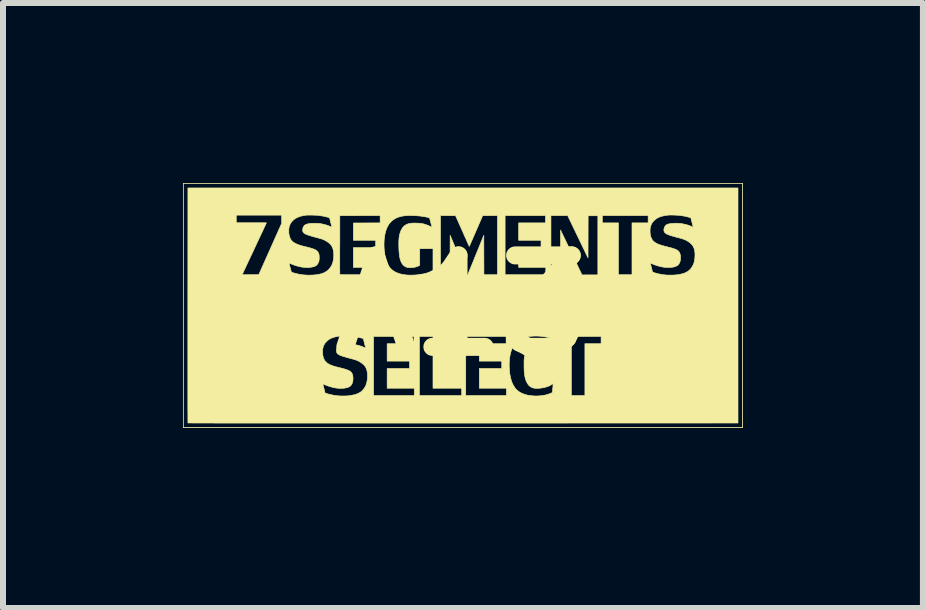
<source format=kicad_pcb>
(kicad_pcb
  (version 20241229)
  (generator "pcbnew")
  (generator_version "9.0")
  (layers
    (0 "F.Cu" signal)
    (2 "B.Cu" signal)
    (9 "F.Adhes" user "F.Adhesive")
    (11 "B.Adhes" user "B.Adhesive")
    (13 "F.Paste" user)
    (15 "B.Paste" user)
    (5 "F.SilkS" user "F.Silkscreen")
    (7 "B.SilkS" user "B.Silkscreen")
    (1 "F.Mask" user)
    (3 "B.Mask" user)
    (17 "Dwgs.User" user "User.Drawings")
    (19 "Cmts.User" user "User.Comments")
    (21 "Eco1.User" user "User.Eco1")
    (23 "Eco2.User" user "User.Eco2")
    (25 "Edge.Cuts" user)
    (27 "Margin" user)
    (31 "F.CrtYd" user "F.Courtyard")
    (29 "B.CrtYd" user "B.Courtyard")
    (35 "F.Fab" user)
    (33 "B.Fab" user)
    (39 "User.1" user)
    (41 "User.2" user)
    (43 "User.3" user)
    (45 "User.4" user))
  (footprint "A13"
    (layer "F.Cu")
    (at 4.665 2.042)
    (property "Reference" "A13" (at 0 0 0) (layer "F.SilkS") (effects (font (size 1.524 1.524) (thickness 0.3))))
    (attr through_hole)
    (fp_poly (pts (xy 4.663 2.037) (xy -4.66 2.037) (xy -4.66 -2.034) (xy -4.658 -2.034) (xy -4.658 2.034) (xy 4.66 2.034) (xy 4.66 -2.034) (xy -4.658 -2.034) (xy -4.66 -2.034) (xy -4.66 -2.037) (xy 4.663 -2.037) (xy 4.663 2.037)) (stroke (width 0.01) (type solid)) (fill yes) (layer "F.SilkS"))
    (fp_poly (pts (xy 4.586 1.959) (xy 0.002 1.96) (xy -0.189 1.96) (xy -0.374 1.96) (xy -0.555 1.96) (xy -0.73 1.96) (xy -0.901 1.96) (xy -1.067 1.96) (xy -1.228 1.96) (xy -1.385 1.96) (xy -1.537 1.96) (xy -1.685 1.96) (xy -1.827 1.96) (xy -1.966 1.96) (xy -2.1 1.96) (xy -2.23 1.96) (xy -2.356 1.96) (xy -2.477 1.96) (xy -2.595 1.96) (xy -2.708 1.96) (xy -2.817 1.96) (xy -2.922 1.96) (xy -3.024 1.96) (xy -3.121 1.96) (xy -3.215 1.96) (xy -3.305 1.96) (xy -3.392 1.96) (xy -3.474 1.96) (xy -3.554 1.96) (xy -3.629 1.96) (xy -3.702 1.96) (xy -3.771 1.96) (xy -3.837 1.96) (xy -3.899 1.96) (xy -3.958 1.96) (xy -4.015 1.96) (xy -4.068 1.96) (xy -4.118 1.96) (xy -4.165 1.959) (xy -4.21 1.959) (xy -4.251 1.959) (xy -4.29 1.959) (xy -4.326 1.959) (xy -4.359 1.959) (xy -4.39 1.959) (xy -4.418 1.959) (xy -4.444 1.959) (xy -4.467 1.959) (xy -4.489 1.959) (xy -4.507 1.959) (xy -4.524 1.958) (xy -4.538 1.958) (xy -4.55 1.958) (xy -4.561 1.958) (xy -4.569 1.958) (xy -4.575 1.958) (xy -4.58 1.958) (xy -4.582 1.958) (xy -4.583 1.958) (xy -4.583 1.955) (xy -4.583 1.947) (xy -4.583 1.935) (xy -4.583 1.918) (xy -4.583 1.896) (xy -4.583 1.87) (xy -4.583 1.839) (xy -4.583 1.804) (xy -4.584 1.765) (xy -4.584 1.722) (xy -4.584 1.676) (xy -4.584 1.625) (xy -4.584 1.571) (xy -4.584 1.514) (xy -4.584 1.453) (xy -4.584 1.389) (xy -4.584 1.321) (xy -4.584 1.251) (xy -4.584 1.178) (xy -4.584 1.102) (xy -4.584 1.024) (xy -4.584 0.943) (xy -4.584 0.859) (xy -4.584 0.774) (xy -4.584 0.756) (xy -2.338 0.756) (xy -2.338 0.795) (xy -2.334 0.831) (xy -2.327 0.864) (xy -2.316 0.893) (xy -2.301 0.919) (xy -2.283 0.941) (xy -2.261 0.96) (xy -2.256 0.964) (xy -2.239 0.974) (xy -2.221 0.984) (xy -2.201 0.993) (xy -2.179 1.001) (xy -2.155 1.01) (xy -2.128 1.018) (xy -2.096 1.026) (xy -2.061 1.035) (xy -2.055 1.036) (xy -2.012 1.047) (xy -1.975 1.057) (xy -1.943 1.067) (xy -1.916 1.078) (xy -1.894 1.088) (xy -1.877 1.098) (xy -1.864 1.109) (xy -1.864 1.11) (xy -1.851 1.126) (xy -1.842 1.145) (xy -1.835 1.166) (xy -1.832 1.191) (xy -1.831 1.218) (xy -1.832 1.249) (xy -1.838 1.277) (xy -1.846 1.301) (xy -1.858 1.323) (xy -1.873 1.34) (xy -1.891 1.354) (xy -1.9 1.358) (xy -1.924 1.367) (xy -1.952 1.374) (xy -1.984 1.379) (xy -2.018 1.381) (xy -2.054 1.381) (xy -2.092 1.378) (xy -2.124 1.374) (xy -2.147 1.37) (xy -2.172 1.364) (xy -2.199 1.356) (xy -2.227 1.348) (xy -2.254 1.339) (xy -2.28 1.329) (xy -2.303 1.32) (xy -2.323 1.311) (xy -2.323 1.311) (xy -2.329 1.308) (xy -2.333 1.307) (xy -2.334 1.307) (xy -2.333 1.31) (xy -2.332 1.317) (xy -2.329 1.328) (xy -2.326 1.342) (xy -2.322 1.358) (xy -2.317 1.376) (xy -2.315 1.383) (xy -2.297 1.457) (xy -2.279 1.464) (xy -2.269 1.467) (xy -2.254 1.472) (xy -2.237 1.477) (xy -2.217 1.482) (xy -2.197 1.486) (xy -2.177 1.491) (xy -2.157 1.495) (xy -2.14 1.498) (xy -2.138 1.498) (xy -2.106 1.503) (xy -2.071 1.506) (xy -2.033 1.508) (xy -1.995 1.508) (xy -1.958 1.508) (xy -1.923 1.506) (xy -1.907 1.505) (xy -1.862 1.499) (xy -1.823 1.491) (xy -1.787 1.482) (xy -1.755 1.47) (xy -1.727 1.456) (xy -1.701 1.44) (xy -1.679 1.421) (xy -1.671 1.413) (xy -1.649 1.386) (xy -1.63 1.358) (xy -1.615 1.327) (xy -1.604 1.293) (xy -1.596 1.256) (xy -1.591 1.216) (xy -1.59 1.2) (xy -1.589 1.162) (xy -1.591 1.129) (xy -1.596 1.098) (xy -1.603 1.069) (xy -1.614 1.043) (xy -1.617 1.036) (xy -1.624 1.024) (xy -1.63 1.014) (xy -1.638 1.004) (xy -1.648 0.993) (xy -1.651 0.99) (xy -1.677 0.967) (xy -1.707 0.946) (xy -1.739 0.927) (xy -1.773 0.912) (xy -1.783 0.908) (xy -1.791 0.906) (xy -1.803 0.902) (xy -1.817 0.898) (xy -1.834 0.893) (xy -1.853 0.888) (xy -1.865 0.885) (xy -1.917 0.871) (xy -1.965 0.857) (xy -2.011 0.843) (xy -2.025 0.838) (xy -2.05 0.828) (xy -2.07 0.818) (xy -2.086 0.807) (xy -2.097 0.794) (xy -2.104 0.779) (xy -2.108 0.763) (xy -2.108 0.756) (xy -2.106 0.734) (xy -2.099 0.713) (xy -2.089 0.694) (xy -2.076 0.678) (xy -2.073 0.676) (xy -2.06 0.667) (xy -2.043 0.66) (xy -2.022 0.654) (xy -1.997 0.649) (xy -1.97 0.646) (xy -1.94 0.644) (xy -1.909 0.643) (xy -1.876 0.644) (xy -1.843 0.647) (xy -1.81 0.651) (xy -1.778 0.656) (xy -1.746 0.663) (xy -1.738 0.665) (xy -1.703 0.676) (xy -1.671 0.687) (xy -1.644 0.7) (xy -1.643 0.7) (xy -1.633 0.705) (xy -1.626 0.708) (xy -1.621 0.709) (xy -1.62 0.709) (xy -1.621 0.706) (xy -1.623 0.699) (xy -1.625 0.688) (xy -1.629 0.674) (xy -1.633 0.658) (xy -1.637 0.64) (xy -1.64 0.629) (xy -1.66 0.551) (xy -1.676 0.546) (xy -1.693 0.542) (xy -1.714 0.537) (xy -1.737 0.531) (xy -1.762 0.526) (xy -1.787 0.522) (xy -1.811 0.518) (xy -1.825 0.516) (xy -1.488 0.516) (xy -1.488 1.501) (xy -0.81 1.501) (xy -0.81 1.379) (xy -1.262 1.379) (xy -1.262 1.049) (xy -0.889 1.049) (xy -0.889 0.927) (xy -1.262 0.927) (xy -1.262 0.637) (xy -0.815 0.637) (xy -0.815 0.516) (xy -0.724 0.516) (xy -0.724 1.501) (xy -0.02 1.501) (xy -0.02 1.379) (xy -0.498 1.379) (xy -0.498 0.516) (xy 0.048 0.516) (xy 0.048 1.501) (xy 0.726 1.501) (xy 0.726 1.379) (xy 0.274 1.379) (xy 0.274 1.049) (xy 0.648 1.049) (xy 0.648 1.006) (xy 0.772 1.006) (xy 0.775 1.062) (xy 0.78 1.118) (xy 0.782 1.135) (xy 0.791 1.187) (xy 0.803 1.234) (xy 0.817 1.278) (xy 0.835 1.317) (xy 0.855 1.352) (xy 0.877 1.384) (xy 0.903 1.411) (xy 0.931 1.433) (xy 0.932 1.434) (xy 0.965 1.454) (xy 1 1.47) (xy 1.038 1.484) (xy 1.054 1.488) (xy 1.069 1.492) (xy 1.082 1.495) (xy 1.096 1.497) (xy 1.111 1.5) (xy 1.128 1.502) (xy 1.147 1.504) (xy 1.171 1.506) (xy 1.176 1.507) (xy 1.189 1.508) (xy 1.206 1.508) (xy 1.225 1.508) (xy 1.244 1.508) (xy 1.264 1.507) (xy 1.275 1.506) (xy 1.3 1.504) (xy 1.324 1.501) (xy 1.347 1.498) (xy 1.366 1.494) (xy 1.378 1.492) (xy 1.395 1.487) (xy 1.413 1.482) (xy 1.431 1.476) (xy 1.447 1.47) (xy 1.462 1.464) (xy 1.475 1.459) (xy 1.484 1.454) (xy 1.489 1.451) (xy 1.489 1.451) (xy 1.49 1.448) (xy 1.492 1.442) (xy 1.493 1.433) (xy 1.495 1.42) (xy 1.496 1.403) (xy 1.498 1.381) (xy 1.499 1.375) (xy 1.501 1.357) (xy 1.502 1.34) (xy 1.503 1.326) (xy 1.504 1.314) (xy 1.504 1.307) (xy 1.505 1.303) (xy 1.505 1.303) (xy 1.502 1.304) (xy 1.497 1.307) (xy 1.489 1.312) (xy 1.484 1.315) (xy 1.463 1.327) (xy 1.444 1.338) (xy 1.424 1.346) (xy 1.403 1.354) (xy 1.379 1.361) (xy 1.363 1.365) (xy 1.336 1.371) (xy 1.308 1.375) (xy 1.281 1.379) (xy 1.254 1.381) (xy 1.229 1.381) (xy 1.207 1.38) (xy 1.189 1.378) (xy 1.162 1.371) (xy 1.139 1.361) (xy 1.118 1.348) (xy 1.1 1.332) (xy 1.084 1.311) (xy 1.069 1.286) (xy 1.067 1.283) (xy 1.057 1.262) (xy 1.048 1.24) (xy 1.041 1.217) (xy 1.035 1.192) (xy 1.03 1.164) (xy 1.026 1.134) (xy 1.023 1.101) (xy 1.021 1.064) (xy 1.02 1.022) (xy 1.02 0.988) (xy 1.02 0.963) (xy 1.02 0.942) (xy 1.02 0.925) (xy 1.021 0.911) (xy 1.021 0.899) (xy 1.022 0.888) (xy 1.023 0.879) (xy 1.024 0.871) (xy 1.032 0.831) (xy 1.04 0.796) (xy 1.05 0.765) (xy 1.062 0.738) (xy 1.075 0.715) (xy 1.09 0.695) (xy 1.107 0.679) (xy 1.119 0.67) (xy 1.139 0.658) (xy 1.159 0.65) (xy 1.181 0.643) (xy 1.204 0.639) (xy 1.232 0.637) (xy 1.252 0.637) (xy 1.288 0.637) (xy 1.322 0.64) (xy 1.353 0.645) (xy 1.385 0.653) (xy 1.416 0.663) (xy 1.449 0.677) (xy 1.484 0.694) (xy 1.498 0.701) (xy 1.506 0.705) (xy 1.513 0.709) (xy 1.517 0.71) (xy 1.518 0.71) (xy 1.517 0.708) (xy 1.515 0.701) (xy 1.513 0.69) (xy 1.509 0.677) (xy 1.505 0.66) (xy 1.5 0.642) (xy 1.496 0.628) (xy 1.475 0.546) (xy 1.456 0.541) (xy 1.406 0.53) (xy 1.356 0.52) (xy 1.317 0.516) (xy 1.539 0.516) (xy 1.539 0.637) (xy 1.808 0.637) (xy 1.808 1.501) (xy 2.034 1.501) (xy 2.034 0.637) (xy 2.304 0.637) (xy 2.304 0.516) (xy 1.539 0.516) (xy 1.317 0.516) (xy 1.306 0.514) (xy 1.257 0.51) (xy 1.208 0.509) (xy 1.161 0.511) (xy 1.116 0.515) (xy 1.073 0.522) (xy 1.034 0.532) (xy 0.998 0.544) (xy 0.971 0.556) (xy 0.95 0.568) (xy 0.93 0.581) (xy 0.911 0.596) (xy 0.891 0.614) (xy 0.89 0.616) (xy 0.868 0.639) (xy 0.85 0.663) (xy 0.834 0.69) (xy 0.82 0.719) (xy 0.807 0.753) (xy 0.805 0.758) (xy 0.793 0.802) (xy 0.783 0.849) (xy 0.777 0.899) (xy 0.773 0.952) (xy 0.772 1.006) (xy 0.648 1.006) (xy 0.648 0.927) (xy 0.274 0.927) (xy 0.274 0.637) (xy 0.721 0.637) (xy 0.721 0.516) (xy 0.048 0.516) (xy -0.498 0.516) (xy -0.724 0.516) (xy -0.815 0.516) (xy -1.488 0.516) (xy -1.825 0.516) (xy -1.833 0.514) (xy -1.845 0.513) (xy -1.861 0.512) (xy -1.88 0.51) (xy -1.901 0.509) (xy -1.924 0.508) (xy -1.948 0.508) (xy -1.971 0.507) (xy -1.992 0.507) (xy -2.011 0.507) (xy -2.027 0.508) (xy -2.036 0.508) (xy -2.075 0.513) (xy -2.113 0.52) (xy -2.149 0.529) (xy -2.182 0.541) (xy -2.212 0.554) (xy -2.227 0.563) (xy -2.241 0.573) (xy -2.256 0.585) (xy -2.271 0.599) (xy -2.285 0.613) (xy -2.296 0.626) (xy -2.299 0.631) (xy -2.314 0.656) (xy -2.326 0.683) (xy -2.333 0.712) (xy -2.338 0.743) (xy -2.338 0.756) (xy -4.584 0.756) (xy -4.584 0.686) (xy -4.584 0.596) (xy -4.584 0.504) (xy -4.584 0.411) (xy -4.584 0.316) (xy -4.584 0.219) (xy -4.584 0.121) (xy -4.584 0.022) (xy -4.584 -0.003) (xy -4.583 -1.506) (xy -3.777 -1.506) (xy -3.777 -1.379) (xy -3.525 -1.379) (xy -3.49 -1.379) (xy -3.456 -1.379) (xy -3.424 -1.379) (xy -3.394 -1.379) (xy -3.367 -1.379) (xy -3.342 -1.379) (xy -3.321 -1.379) (xy -3.303 -1.379) (xy -3.289 -1.378) (xy -3.28 -1.378) (xy -3.275 -1.378) (xy -3.274 -1.378) (xy -3.275 -1.376) (xy -3.278 -1.369) (xy -3.283 -1.358) (xy -3.29 -1.343) (xy -3.299 -1.325) (xy -3.309 -1.303) (xy -3.321 -1.278) (xy -3.334 -1.249) (xy -3.348 -1.218) (xy -3.364 -1.185) (xy -3.381 -1.149) (xy -3.399 -1.111) (xy -3.418 -1.071) (xy -3.437 -1.03) (xy -3.457 -0.987) (xy -3.475 -0.949) (xy -3.495 -0.905) (xy -3.515 -0.863) (xy -3.535 -0.821) (xy -3.554 -0.781) (xy -3.571 -0.744) (xy -3.588 -0.708) (xy -3.604 -0.674) (xy -3.618 -0.644) (xy -3.631 -0.616) (xy -3.643 -0.591) (xy -3.653 -0.569) (xy -3.661 -0.551) (xy -3.668 -0.536) (xy -3.673 -0.526) (xy -3.676 -0.519) (xy -3.677 -0.517) (xy -3.677 -0.516) (xy -3.676 -0.516) (xy -3.674 -0.515) (xy -3.671 -0.514) (xy -3.666 -0.514) (xy -3.658 -0.514) (xy -3.648 -0.514) (xy -3.635 -0.513) (xy -3.618 -0.513) (xy -3.597 -0.513) (xy -3.572 -0.513) (xy -3.543 -0.514) (xy -3.54 -0.514) (xy -3.402 -0.514) (xy -3.077 -1.242) (xy -2.902 -1.242) (xy -2.901 -1.211) (xy -2.897 -1.18) (xy -2.89 -1.151) (xy -2.88 -1.125) (xy -2.878 -1.118) (xy -2.867 -1.099) (xy -2.854 -1.082) (xy -2.84 -1.067) (xy -2.822 -1.053) (xy -2.8 -1.04) (xy -2.788 -1.034) (xy -2.773 -1.026) (xy -2.756 -1.019) (xy -2.739 -1.012) (xy -2.72 -1.006) (xy -2.698 -0.999) (xy -2.673 -0.992) (xy -2.645 -0.985) (xy -2.613 -0.977) (xy -2.594 -0.973) (xy -2.568 -0.966) (xy -2.542 -0.959) (xy -2.517 -0.951) (xy -2.493 -0.943) (xy -2.473 -0.935) (xy -2.464 -0.931) (xy -2.444 -0.92) (xy -2.428 -0.906) (xy -2.415 -0.89) (xy -2.405 -0.871) (xy -2.398 -0.851) (xy -2.396 -0.838) (xy -2.395 -0.822) (xy -2.394 -0.804) (xy -2.394 -0.786) (xy -2.395 -0.768) (xy -2.397 -0.752) (xy -2.398 -0.743) (xy -2.406 -0.721) (xy -2.416 -0.7) (xy -2.429 -0.682) (xy -2.443 -0.668) (xy -2.455 -0.66) (xy -2.476 -0.651) (xy -2.501 -0.643) (xy -2.53 -0.638) (xy -2.563 -0.634) (xy -2.573 -0.633) (xy -2.61 -0.633) (xy -2.651 -0.636) (xy -2.693 -0.642) (xy -2.736 -0.651) (xy -2.781 -0.663) (xy -2.824 -0.678) (xy -2.867 -0.695) (xy -2.872 -0.697) (xy -2.882 -0.702) (xy -2.89 -0.705) (xy -2.896 -0.707) (xy -2.897 -0.708) (xy -2.897 -0.705) (xy -2.895 -0.698) (xy -2.893 -0.688) (xy -2.889 -0.675) (xy -2.886 -0.66) (xy -2.882 -0.644) (xy -2.877 -0.628) (xy -2.873 -0.611) (xy -2.869 -0.596) (xy -2.865 -0.582) (xy -2.862 -0.571) (xy -2.859 -0.563) (xy -2.858 -0.559) (xy -2.858 -0.558) (xy -2.853 -0.555) (xy -2.844 -0.551) (xy -2.831 -0.547) (xy -2.815 -0.542) (xy -2.797 -0.537) (xy -2.777 -0.532) (xy -2.757 -0.527) (xy -2.737 -0.523) (xy -2.717 -0.519) (xy -2.714 -0.518) (xy -2.678 -0.513) (xy -2.638 -0.509) (xy -2.596 -0.506) (xy -2.554 -0.506) (xy -2.513 -0.507) (xy -2.476 -0.509) (xy -2.44 -0.513) (xy -2.409 -0.518) (xy -2.381 -0.524) (xy -2.356 -0.53) (xy -2.332 -0.538) (xy -2.321 -0.543) (xy -2.289 -0.559) (xy -2.26 -0.579) (xy -2.234 -0.602) (xy -2.211 -0.63) (xy -2.191 -0.66) (xy -2.176 -0.693) (xy -2.168 -0.717) (xy -2.161 -0.746) (xy -2.156 -0.777) (xy -2.052 -0.777) (xy -2.052 -0.736) (xy -2.052 -0.699) (xy -2.052 -0.664) (xy -2.052 -0.632) (xy -2.052 -0.604) (xy -2.051 -0.579) (xy -2.051 -0.558) (xy -2.051 -0.541) (xy -2.051 -0.528) (xy -2.051 -0.52) (xy -2.051 -0.516) (xy -2.051 -0.516) (xy -2.05 -0.516) (xy -2.047 -0.515) (xy -2.041 -0.515) (xy -2.034 -0.515) (xy -2.023 -0.514) (xy -2.01 -0.514) (xy -1.994 -0.514) (xy -1.974 -0.514) (xy -1.951 -0.513) (xy -1.924 -0.513) (xy -1.893 -0.513) (xy -1.859 -0.513) (xy -1.819 -0.513) (xy -1.775 -0.513) (xy -1.727 -0.513) (xy -1.712 -0.513) (xy -1.374 -0.513) (xy -1.374 -0.635) (xy -1.826 -0.635) (xy -1.826 -0.965) (xy -1.453 -0.965) (xy -1.453 -1.047) (xy -1.314 -1.047) (xy -1.314 -0.989) (xy -1.313 -0.969) (xy -1.31 -0.917) (xy -1.305 -0.869) (xy -1.298 -0.825) (xy -1.29 -0.785) (xy -1.28 -0.748) (xy -1.267 -0.715) (xy -1.253 -0.685) (xy -1.237 -0.658) (xy -1.218 -0.633) (xy -1.2 -0.613) (xy -1.175 -0.59) (xy -1.148 -0.571) (xy -1.118 -0.554) (xy -1.085 -0.54) (xy -1.049 -0.528) (xy -1.04 -0.526) (xy -1.001 -0.517) (xy -0.96 -0.511) (xy -0.916 -0.507) (xy -0.869 -0.506) (xy -0.818 -0.507) (xy -0.803 -0.508) (xy -0.752 -0.512) (xy -0.705 -0.518) (xy -0.661 -0.526) (xy -0.619 -0.536) (xy -0.589 -0.545) (xy -0.573 -0.551) (xy -0.556 -0.558) (xy -0.538 -0.566) (xy -0.522 -0.574) (xy -0.509 -0.582) (xy -0.505 -0.585) (xy -0.498 -0.59) (xy -0.498 -0.947) (xy -0.719 -0.947) (xy -0.719 -0.671) (xy -0.725 -0.667) (xy -0.733 -0.662) (xy -0.745 -0.657) (xy -0.759 -0.651) (xy -0.773 -0.646) (xy -0.787 -0.642) (xy -0.794 -0.64) (xy -0.809 -0.637) (xy -0.828 -0.634) (xy -0.849 -0.632) (xy -0.869 -0.631) (xy -0.887 -0.63) (xy -0.901 -0.631) (xy -0.928 -0.635) (xy -0.952 -0.644) (xy -0.975 -0.657) (xy -0.994 -0.674) (xy -1.012 -0.696) (xy -1.023 -0.716) (xy -1.032 -0.734) (xy -1.039 -0.752) (xy -1.045 -0.771) (xy -1.05 -0.791) (xy -1.054 -0.814) (xy -1.058 -0.839) (xy -1.061 -0.868) (xy -1.064 -0.9) (xy -1.066 -0.936) (xy -1.067 -0.96) (xy -1.068 -1.01) (xy -1.068 -1.055) (xy -1.066 -1.096) (xy -1.063 -1.134) (xy -1.057 -1.168) (xy -1.05 -1.199) (xy -1.04 -1.228) (xy -1.029 -1.255) (xy -1.027 -1.258) (xy -1.012 -1.286) (xy -0.994 -1.31) (xy -0.973 -1.329) (xy -0.95 -1.345) (xy -0.936 -1.352) (xy -0.916 -1.36) (xy -0.894 -1.366) (xy -0.869 -1.37) (xy -0.84 -1.373) (xy -0.808 -1.374) (xy -0.776 -1.373) (xy -0.744 -1.372) (xy -0.716 -1.37) (xy -0.691 -1.367) (xy -0.668 -1.363) (xy -0.646 -1.357) (xy -0.624 -1.351) (xy -0.602 -1.343) (xy -0.583 -1.336) (xy -0.567 -1.329) (xy -0.554 -1.323) (xy -0.543 -1.317) (xy -0.532 -1.311) (xy -0.529 -1.309) (xy -0.522 -1.305) (xy -0.517 -1.302) (xy -0.516 -1.301) (xy -0.516 -1.306) (xy -0.518 -1.314) (xy -0.521 -1.325) (xy -0.524 -1.339) (xy -0.528 -1.355) (xy -0.532 -1.371) (xy -0.536 -1.389) (xy -0.541 -1.406) (xy -0.545 -1.421) (xy -0.549 -1.436) (xy -0.552 -1.447) (xy -0.555 -1.456) (xy -0.556 -1.46) (xy -0.557 -1.461) (xy -0.562 -1.463) (xy -0.573 -1.466) (xy -0.586 -1.469) (xy -0.604 -1.473) (xy -0.623 -1.477) (xy -0.644 -1.48) (xy -0.667 -1.484) (xy -0.69 -1.488) (xy -0.713 -1.491) (xy -0.724 -1.492) (xy -0.742 -1.494) (xy -0.762 -1.495) (xy -0.786 -1.497) (xy -0.81 -1.498) (xy -0.819 -1.498) (xy -0.373 -1.498) (xy -0.373 -0.513) (xy -0.213 -0.513) (xy -0.213 -0.842) (xy -0.212 -1.17) (xy -0.07 -0.833) (xy -0.053 -0.793) (xy -0.037 -0.755) (xy -0.022 -0.719) (xy -0.007 -0.684) (xy 0.007 -0.652) (xy 0.02 -0.621) (xy 0.031 -0.594) (xy 0.042 -0.569) (xy 0.051 -0.547) (xy 0.059 -0.529) (xy 0.065 -0.515) (xy 0.07 -0.504) (xy 0.073 -0.497) (xy 0.074 -0.495) (xy 0.075 -0.498) (xy 0.078 -0.504) (xy 0.082 -0.515) (xy 0.088 -0.53) (xy 0.096 -0.549) (xy 0.105 -0.571) (xy 0.115 -0.596) (xy 0.127 -0.624) (xy 0.139 -0.654) (xy 0.153 -0.687) (xy 0.167 -0.722) (xy 0.182 -0.759) (xy 0.197 -0.797) (xy 0.212 -0.833) (xy 0.349 -1.17) (xy 0.351 -0.513) (xy 0.577 -0.513) (xy 0.577 -1.498) (xy 0.704 -1.498) (xy 0.704 -0.513) (xy 1.382 -0.513) (xy 1.382 -0.635) (xy 0.93 -0.635) (xy 0.93 -0.965) (xy 1.303 -0.965) (xy 1.303 -1.087) (xy 0.93 -1.087) (xy 0.93 -1.377) (xy 1.377 -1.377) (xy 1.377 -1.498) (xy 1.468 -1.498) (xy 1.468 -0.513) (xy 1.628 -0.513) (xy 1.628 -0.886) (xy 1.628 -1.258) (xy 1.793 -0.913) (xy 1.812 -0.873) (xy 1.831 -0.834) (xy 1.849 -0.796) (xy 1.867 -0.76) (xy 1.883 -0.725) (xy 1.899 -0.693) (xy 1.913 -0.663) (xy 1.926 -0.635) (xy 1.938 -0.61) (xy 1.948 -0.589) (xy 1.957 -0.571) (xy 1.964 -0.556) (xy 1.969 -0.546) (xy 1.972 -0.54) (xy 1.972 -0.539) (xy 1.986 -0.51) (xy 2.25 -0.51) (xy 2.25 -1.496) (xy 2.088 -1.496) (xy 2.087 -1.145) (xy 2.086 -0.794) (xy 1.916 -1.146) (xy 1.747 -1.498) (xy 2.324 -1.498) (xy 2.324 -1.377) (xy 2.593 -1.377) (xy 2.593 -0.513) (xy 2.819 -0.513) (xy 2.819 -1.257) (xy 3.12 -1.257) (xy 3.12 -1.228) (xy 3.122 -1.198) (xy 3.127 -1.169) (xy 3.129 -1.158) (xy 3.134 -1.142) (xy 3.142 -1.124) (xy 3.15 -1.107) (xy 3.16 -1.091) (xy 3.169 -1.08) (xy 3.187 -1.062) (xy 3.211 -1.046) (xy 3.239 -1.03) (xy 3.273 -1.016) (xy 3.311 -1.003) (xy 3.354 -0.991) (xy 3.374 -0.986) (xy 3.413 -0.976) (xy 3.448 -0.967) (xy 3.479 -0.959) (xy 3.505 -0.951) (xy 3.528 -0.943) (xy 3.547 -0.936) (xy 3.563 -0.928) (xy 3.577 -0.92) (xy 3.588 -0.911) (xy 3.597 -0.902) (xy 3.605 -0.892) (xy 3.611 -0.882) (xy 3.613 -0.877) (xy 3.619 -0.863) (xy 3.623 -0.849) (xy 3.626 -0.834) (xy 3.627 -0.817) (xy 3.628 -0.796) (xy 3.628 -0.795) (xy 3.626 -0.765) (xy 3.622 -0.739) (xy 3.614 -0.716) (xy 3.603 -0.696) (xy 3.595 -0.684) (xy 3.581 -0.67) (xy 3.562 -0.659) (xy 3.54 -0.649) (xy 3.513 -0.641) (xy 3.499 -0.639) (xy 3.481 -0.636) (xy 3.46 -0.635) (xy 3.436 -0.634) (xy 3.411 -0.634) (xy 3.387 -0.635) (xy 3.363 -0.637) (xy 3.35 -0.638) (xy 3.311 -0.645) (xy 3.27 -0.655) (xy 3.228 -0.667) (xy 3.188 -0.681) (xy 3.159 -0.693) (xy 3.147 -0.698) (xy 3.137 -0.703) (xy 3.129 -0.706) (xy 3.125 -0.707) (xy 3.125 -0.707) (xy 3.125 -0.705) (xy 3.127 -0.698) (xy 3.129 -0.688) (xy 3.132 -0.675) (xy 3.136 -0.66) (xy 3.14 -0.644) (xy 3.144 -0.627) (xy 3.148 -0.61) (xy 3.152 -0.594) (xy 3.156 -0.58) (xy 3.159 -0.568) (xy 3.16 -0.566) (xy 3.161 -0.562) (xy 3.163 -0.559) (xy 3.166 -0.556) (xy 3.172 -0.553) (xy 3.182 -0.55) (xy 3.188 -0.548) (xy 3.213 -0.54) (xy 3.243 -0.532) (xy 3.274 -0.525) (xy 3.307 -0.519) (xy 3.34 -0.513) (xy 3.372 -0.51) (xy 3.389 -0.508) (xy 3.406 -0.507) (xy 3.427 -0.507) (xy 3.45 -0.507) (xy 3.474 -0.507) (xy 3.498 -0.507) (xy 3.521 -0.508) (xy 3.542 -0.509) (xy 3.56 -0.511) (xy 3.57 -0.512) (xy 3.613 -0.518) (xy 3.651 -0.527) (xy 3.686 -0.537) (xy 3.716 -0.55) (xy 3.743 -0.565) (xy 3.755 -0.573) (xy 3.778 -0.591) (xy 3.799 -0.614) (xy 3.818 -0.64) (xy 3.834 -0.668) (xy 3.847 -0.697) (xy 3.85 -0.706) (xy 3.858 -0.734) (xy 3.863 -0.764) (xy 3.867 -0.797) (xy 3.869 -0.829) (xy 3.869 -0.86) (xy 3.868 -0.876) (xy 3.864 -0.91) (xy 3.857 -0.94) (xy 3.847 -0.967) (xy 3.835 -0.991) (xy 3.819 -1.012) (xy 3.799 -1.033) (xy 3.776 -1.052) (xy 3.77 -1.056) (xy 3.753 -1.068) (xy 3.737 -1.078) (xy 3.722 -1.086) (xy 3.705 -1.094) (xy 3.688 -1.101) (xy 3.668 -1.108) (xy 3.645 -1.115) (xy 3.618 -1.123) (xy 3.6 -1.128) (xy 3.564 -1.137) (xy 3.529 -1.147) (xy 3.497 -1.156) (xy 3.468 -1.165) (xy 3.442 -1.173) (xy 3.427 -1.179) (xy 3.403 -1.189) (xy 3.383 -1.2) (xy 3.368 -1.213) (xy 3.358 -1.227) (xy 3.352 -1.243) (xy 3.35 -1.261) (xy 3.353 -1.281) (xy 3.354 -1.286) (xy 3.362 -1.307) (xy 3.372 -1.325) (xy 3.386 -1.34) (xy 3.402 -1.35) (xy 3.42 -1.357) (xy 3.443 -1.362) (xy 3.47 -1.366) (xy 3.499 -1.369) (xy 3.53 -1.371) (xy 3.562 -1.371) (xy 3.595 -1.369) (xy 3.627 -1.367) (xy 3.659 -1.362) (xy 3.689 -1.356) (xy 3.691 -1.356) (xy 3.73 -1.346) (xy 3.764 -1.336) (xy 3.795 -1.324) (xy 3.822 -1.312) (xy 3.84 -1.303) (xy 3.82 -1.381) (xy 3.815 -1.4) (xy 3.81 -1.418) (xy 3.806 -1.433) (xy 3.803 -1.446) (xy 3.801 -1.455) (xy 3.8 -1.46) (xy 3.799 -1.461) (xy 3.797 -1.463) (xy 3.79 -1.465) (xy 3.78 -1.469) (xy 3.766 -1.472) (xy 3.75 -1.476) (xy 3.733 -1.48) (xy 3.714 -1.485) (xy 3.695 -1.489) (xy 3.675 -1.492) (xy 3.657 -1.495) (xy 3.64 -1.498) (xy 3.639 -1.498) (xy 3.62 -1.501) (xy 3.597 -1.503) (xy 3.572 -1.505) (xy 3.546 -1.506) (xy 3.519 -1.507) (xy 3.493 -1.508) (xy 3.468 -1.508) (xy 3.446 -1.508) (xy 3.428 -1.507) (xy 3.421 -1.506) (xy 3.387 -1.502) (xy 3.356 -1.497) (xy 3.327 -1.49) (xy 3.299 -1.482) (xy 3.278 -1.475) (xy 3.246 -1.46) (xy 3.216 -1.44) (xy 3.193 -1.421) (xy 3.171 -1.398) (xy 3.153 -1.374) (xy 3.14 -1.349) (xy 3.13 -1.321) (xy 3.127 -1.311) (xy 3.122 -1.286) (xy 3.12 -1.257) (xy 2.819 -1.257) (xy 2.819 -1.377) (xy 3.088 -1.377) (xy 3.088 -1.498) (xy 2.324 -1.498) (xy 1.747 -1.498) (xy 1.468 -1.498) (xy 1.377 -1.498) (xy 0.704 -1.498) (xy 0.577 -1.498) (xy 0.577 -1.498) (xy 0.453 -1.498) (xy 0.33 -1.497) (xy 0.219 -1.241) (xy 0.204 -1.207) (xy 0.19 -1.174) (xy 0.176 -1.143) (xy 0.164 -1.114) (xy 0.152 -1.087) (xy 0.141 -1.063) (xy 0.132 -1.041) (xy 0.123 -1.022) (xy 0.117 -1.007) (xy 0.112 -0.996) (xy 0.108 -0.989) (xy 0.107 -0.986) (xy 0.107 -0.985) (xy 0.105 -0.988) (xy 0.102 -0.994) (xy 0.098 -1.005) (xy 0.091 -1.019) (xy 0.083 -1.037) (xy 0.073 -1.058) (xy 0.063 -1.082) (xy 0.051 -1.109) (xy 0.038 -1.138) (xy 0.024 -1.168) (xy 0.01 -1.201) (xy -0.005 -1.235) (xy -0.008 -1.241) (xy -0.122 -1.497) (xy -0.247 -1.498) (xy -0.373 -1.498) (xy -0.819 -1.498) (xy -0.835 -1.499) (xy -0.858 -1.5) (xy -0.88 -1.5) (xy -0.9 -1.5) (xy -0.915 -1.5) (xy -0.916 -1.5) (xy -0.964 -1.496) (xy -1.008 -1.49) (xy -1.048 -1.481) (xy -1.085 -1.469) (xy -1.119 -1.454) (xy -1.149 -1.436) (xy -1.177 -1.416) (xy -1.202 -1.392) (xy -1.204 -1.39) (xy -1.228 -1.361) (xy -1.249 -1.327) (xy -1.268 -1.289) (xy -1.283 -1.248) (xy -1.295 -1.203) (xy -1.305 -1.154) (xy -1.311 -1.102) (xy -1.314 -1.047) (xy -1.453 -1.047) (xy -1.453 -1.087) (xy -1.826 -1.087) (xy -1.825 -1.375) (xy -1.602 -1.376) (xy -1.379 -1.377) (xy -1.379 -1.498) (xy -1.715 -1.498) (xy -2.051 -1.497) (xy -2.051 -1.008) (xy -2.052 -0.959) (xy -2.052 -0.911) (xy -2.052 -0.864) (xy -2.052 -0.819) (xy -2.052 -0.777) (xy -2.156 -0.777) (xy -2.156 -0.778) (xy -2.153 -0.811) (xy -2.152 -0.845) (xy -2.153 -0.876) (xy -2.155 -0.891) (xy -2.16 -0.923) (xy -2.168 -0.952) (xy -2.179 -0.978) (xy -2.193 -1.001) (xy -2.211 -1.023) (xy -2.233 -1.043) (xy -2.259 -1.062) (xy -2.287 -1.079) (xy -2.302 -1.087) (xy -2.318 -1.095) (xy -2.335 -1.102) (xy -2.355 -1.109) (xy -2.377 -1.116) (xy -2.403 -1.123) (xy -2.425 -1.129) (xy -2.455 -1.137) (xy -2.485 -1.145) (xy -2.513 -1.153) (xy -2.539 -1.161) (xy -2.563 -1.169) (xy -2.584 -1.175) (xy -2.601 -1.182) (xy -2.614 -1.187) (xy -2.617 -1.188) (xy -2.635 -1.198) (xy -2.648 -1.207) (xy -2.658 -1.218) (xy -2.664 -1.226) (xy -2.667 -1.233) (xy -2.669 -1.24) (xy -2.67 -1.248) (xy -2.67 -1.258) (xy -2.668 -1.282) (xy -2.662 -1.303) (xy -2.652 -1.321) (xy -2.639 -1.337) (xy -2.63 -1.343) (xy -2.619 -1.349) (xy -2.605 -1.355) (xy -2.587 -1.36) (xy -2.567 -1.364) (xy -2.554 -1.367) (xy -2.54 -1.368) (xy -2.523 -1.369) (xy -2.503 -1.37) (xy -2.481 -1.37) (xy -2.458 -1.37) (xy -2.436 -1.369) (xy -2.415 -1.368) (xy -2.397 -1.367) (xy -2.384 -1.366) (xy -2.35 -1.36) (xy -2.315 -1.352) (xy -2.281 -1.343) (xy -2.25 -1.333) (xy -2.222 -1.322) (xy -2.205 -1.314) (xy -2.194 -1.309) (xy -2.186 -1.306) (xy -2.183 -1.306) (xy -2.182 -1.306) (xy -2.183 -1.31) (xy -2.185 -1.317) (xy -2.188 -1.329) (xy -2.192 -1.343) (xy -2.196 -1.359) (xy -2.201 -1.377) (xy -2.201 -1.377) (xy -2.205 -1.395) (xy -2.21 -1.412) (xy -2.213 -1.427) (xy -2.216 -1.44) (xy -2.219 -1.449) (xy -2.22 -1.453) (xy -2.221 -1.458) (xy -2.224 -1.461) (xy -2.228 -1.464) (xy -2.235 -1.466) (xy -2.243 -1.469) (xy -2.254 -1.472) (xy -2.269 -1.476) (xy -2.287 -1.48) (xy -2.306 -1.484) (xy -2.326 -1.489) (xy -2.346 -1.492) (xy -2.364 -1.495) (xy -2.375 -1.497) (xy -2.403 -1.501) (xy -2.435 -1.504) (xy -2.469 -1.505) (xy -2.507 -1.507) (xy -2.538 -1.507) (xy -2.565 -1.507) (xy -2.587 -1.507) (xy -2.606 -1.506) (xy -2.624 -1.504) (xy -2.64 -1.502) (xy -2.656 -1.499) (xy -2.674 -1.495) (xy -2.691 -1.491) (xy -2.728 -1.48) (xy -2.761 -1.466) (xy -2.79 -1.451) (xy -2.816 -1.433) (xy -2.837 -1.413) (xy -2.858 -1.388) (xy -2.875 -1.363) (xy -2.887 -1.336) (xy -2.896 -1.307) (xy -2.897 -1.302) (xy -2.901 -1.273) (xy -2.902 -1.242) (xy -3.077 -1.242) (xy -3.02 -1.37) (xy -3.02 -1.506) (xy -3.777 -1.506) (xy -4.583 -1.506) (xy -4.583 -1.959) (xy 4.586 -1.959) (xy 4.586 1.959)) (stroke (width 0.01) (type solid)) (fill yes) (layer "F.SilkS")))
  (gr_rect
    (start -3 -3)
    (end 12.333 7.084)
    (stroke (width 0.1) (type default))
    (fill no)
    (layer "Edge.Cuts")))
</source>
